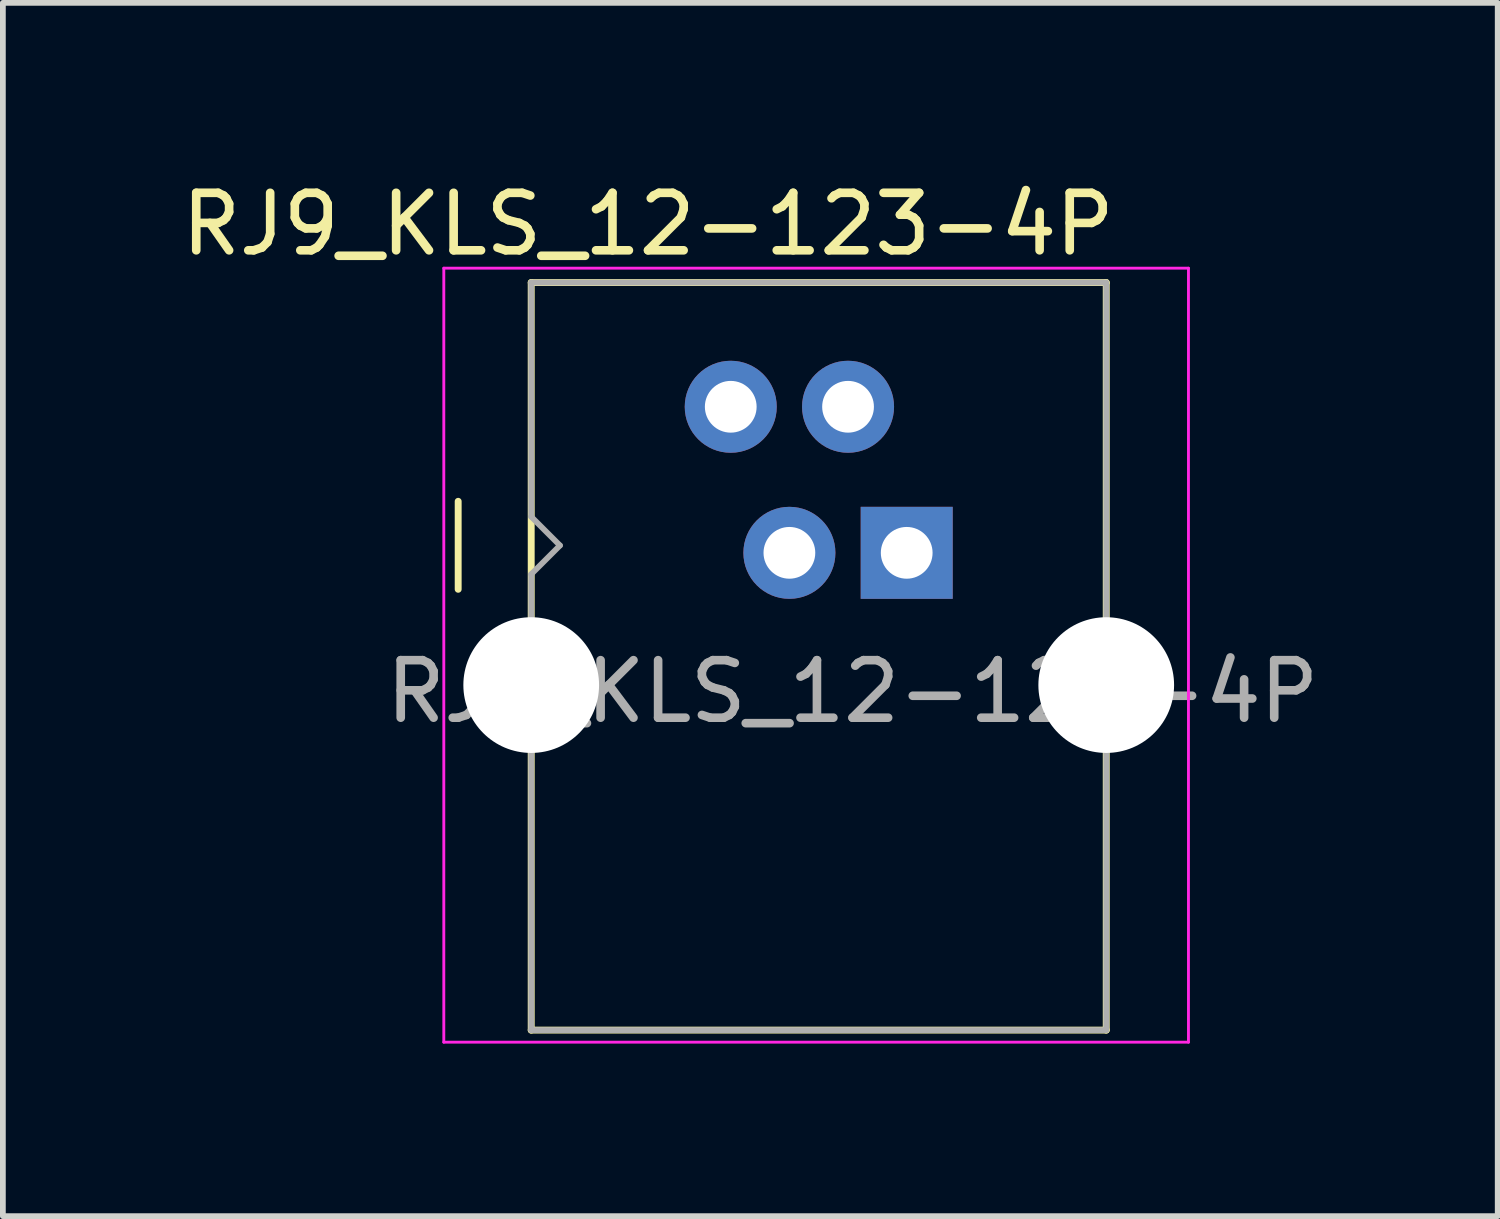
<source format=kicad_pcb>
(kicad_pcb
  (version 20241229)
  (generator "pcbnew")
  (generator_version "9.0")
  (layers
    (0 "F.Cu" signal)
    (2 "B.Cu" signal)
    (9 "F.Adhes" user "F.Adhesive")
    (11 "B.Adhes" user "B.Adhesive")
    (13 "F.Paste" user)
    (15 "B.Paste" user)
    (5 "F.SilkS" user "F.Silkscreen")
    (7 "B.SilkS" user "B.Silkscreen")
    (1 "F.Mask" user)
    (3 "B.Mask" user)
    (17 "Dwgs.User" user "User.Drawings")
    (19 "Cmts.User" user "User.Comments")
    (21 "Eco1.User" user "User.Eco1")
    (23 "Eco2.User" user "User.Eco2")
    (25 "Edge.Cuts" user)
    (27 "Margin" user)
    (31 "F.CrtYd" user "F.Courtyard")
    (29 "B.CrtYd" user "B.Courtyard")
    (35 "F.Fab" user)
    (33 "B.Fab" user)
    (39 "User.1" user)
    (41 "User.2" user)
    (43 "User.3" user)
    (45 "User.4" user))
  (footprint "RJ9_KLS_12-123-4P"
    (layer "F.Cu")
    (at 12.718 6.564)
    (property "Reference" "RJ9_KLS_12-123-4P" (at -4.498 -5.716 0) (layer "F.SilkS") (effects (font (size 1 1) (thickness 0.15))))
    (attr through_hole)
    (fp_line (start -7.8 0.634) (end -7.8 -0.896) (stroke (width 0.12) (type solid)) (layer "F.SilkS"))
    (fp_line (start -6.53 -4.7) (end -6.53 1.12) (stroke (width 0.12) (type solid)) (layer "F.SilkS"))
    (fp_line (start -6.53 -4.7) (end 3.47 -4.7) (stroke (width 0.12) (type solid)) (layer "F.SilkS"))
    (fp_line (start -6.53 3.48) (end -6.53 8.3) (stroke (width 0.12) (type solid)) (layer "F.SilkS"))
    (fp_line (start -6.53 8.3) (end 3.47 8.3) (stroke (width 0.12) (type solid)) (layer "F.SilkS"))
    (fp_line (start 3.47 -4.7) (end 3.47 1.12) (stroke (width 0.12) (type solid)) (layer "F.SilkS"))
    (fp_line (start 3.47 3.48) (end 3.47 8.3) (stroke (width 0.12) (type solid)) (layer "F.SilkS"))
    (fp_line (start -8.05 -4.95) (end 4.9 -4.95) (stroke (width 0.05) (type solid)) (layer "F.CrtYd"))
    (fp_line (start -8.05 8.51) (end -8.05 -4.95) (stroke (width 0.05) (type solid)) (layer "F.CrtYd"))
    (fp_line (start 4.9 -4.95) (end 4.9 8.51) (stroke (width 0.05) (type solid)) (layer "F.CrtYd"))
    (fp_line (start 4.9 8.51) (end -8.05 8.51) (stroke (width 0.05) (type solid)) (layer "F.CrtYd"))
    (fp_line (start -6.53 -4.7) (end -6.53 -0.628) (stroke (width 0.1) (type solid)) (layer "F.Fab"))
    (fp_line (start -6.53 -4.7) (end 3.47 -4.7) (stroke (width 0.1) (type solid)) (layer "F.Fab"))
    (fp_line (start -6.53 0.372) (end -6.53 8.3) (stroke (width 0.1) (type solid)) (layer "F.Fab"))
    (fp_line (start -6.53 0.372) (end -6.03 -0.128) (stroke (width 0.1) (type solid)) (layer "F.Fab"))
    (fp_line (start -6.03 -0.128) (end -6.53 -0.628) (stroke (width 0.1) (type solid)) (layer "F.Fab"))
    (fp_line (start 3.47 -4.7) (end 3.47 8.3) (stroke (width 0.1) (type solid)) (layer "F.Fab"))
    (fp_line (start 3.47 8.3) (end -6.53 8.3) (stroke (width 0.1) (type solid)) (layer "F.Fab"))
    (fp_text user "${REFERENCE}" (at -0.942 2.412 0) (layer "F.Fab") (effects (font (size 1 1) (thickness 0.15))))
    (pad "" np_thru_hole circle (at -6.53 2.3) (size 2.36 2.36) (drill 2.36) (layers "*.Cu" "*.Mask"))
    (pad "" np_thru_hole circle (at 3.47 2.3) (size 2.36 2.36) (drill 2.36) (layers "*.Cu" "*.Mask"))
    (pad "1" thru_hole rect (at 0 0) (size 1.6 1.6) (drill 0.9) (layers "*.Cu" "*.Mask"))
    (pad "2" thru_hole circle (at -1.02 -2.54) (size 1.6 1.6) (drill 0.9) (layers "*.Cu" "*.Mask"))
    (pad "3" thru_hole circle (at -2.04 0) (size 1.6 1.6) (drill 0.9) (layers "*.Cu" "*.Mask"))
    (pad "4" thru_hole circle (at -3.06 -2.54) (size 1.6 1.6) (drill 0.9) (layers "*.Cu" "*.Mask")))
  (gr_rect
    (start -3 -3)
    (end 22.996 18.099)
    (stroke (width 0.1) (type default))
    (fill no)
    (layer "Edge.Cuts")))
</source>
